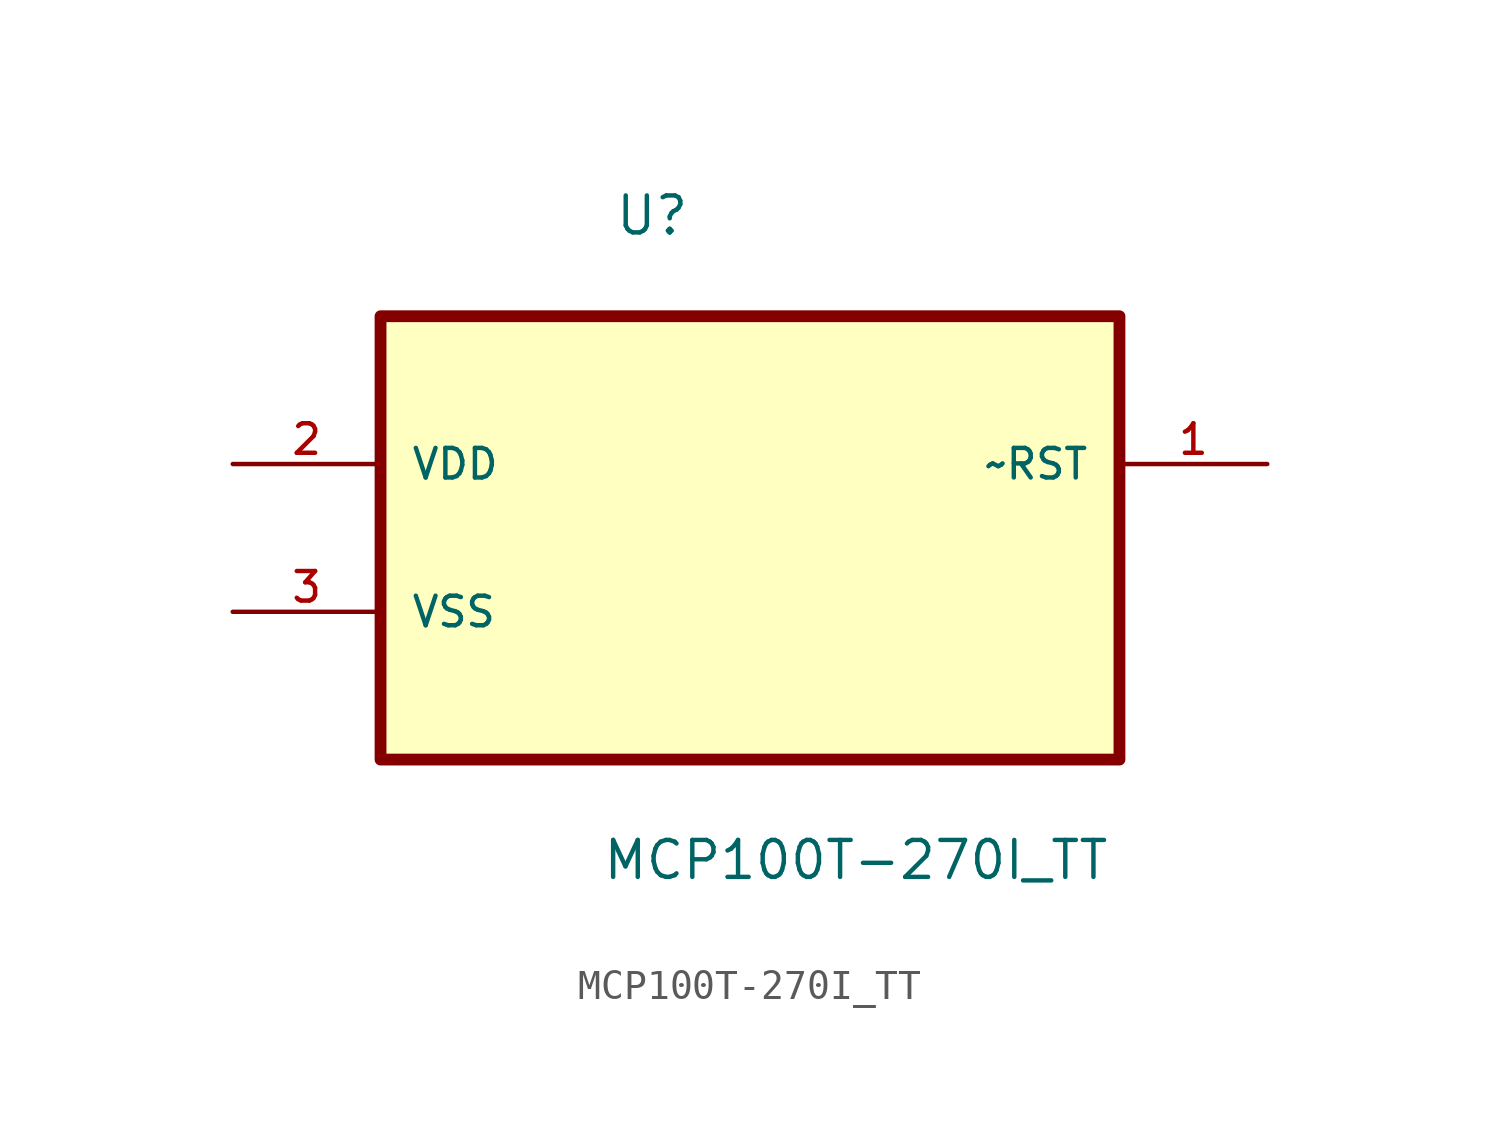
<source format=kicad_sym>
(kicad_symbol_lib
  (version 20211014)
  (generator kicad_symbol_editor)
  (symbol "MCP100T-270I_TT"
    (pin_names
      (offset 1.016))
    (property "Reference" "U"
      (at -4.674 7.799 0.0)
      (effects (font (size 1.27 1.27)) (justify bottom left)))
    (property "Value" "MCP100T-270I_TT"
      (at -5.107 -14.355 0.0)
      (effects (font (size 1.27 1.27)) (justify bottom left)))
    (symbol "MCP100T-270I_TT_0_0"
      (rectangle (start -12.7 -10.16) (end 12.7 5.08) (stroke (width 0.406)) (fill (type background)))
      (pin power_in line (at -17.78 0.0 0) (length 5.08) (name "VDD" (effects (font (size 1.016 1.016)))) (number "2" (effects (font (size 1.016 1.016)))))
      (pin passive line (at -17.78 -5.08 0) (length 5.08) (name "VSS" (effects (font (size 1.016 1.016)))) (number "3" (effects (font (size 1.016 1.016)))))
      (pin output line (at 17.78 0.0 180.0) (length 5.08) (name "~RST" (effects (font (size 1.016 1.016)))) (number "1" (effects (font (size 1.016 1.016))))))))
</source>
